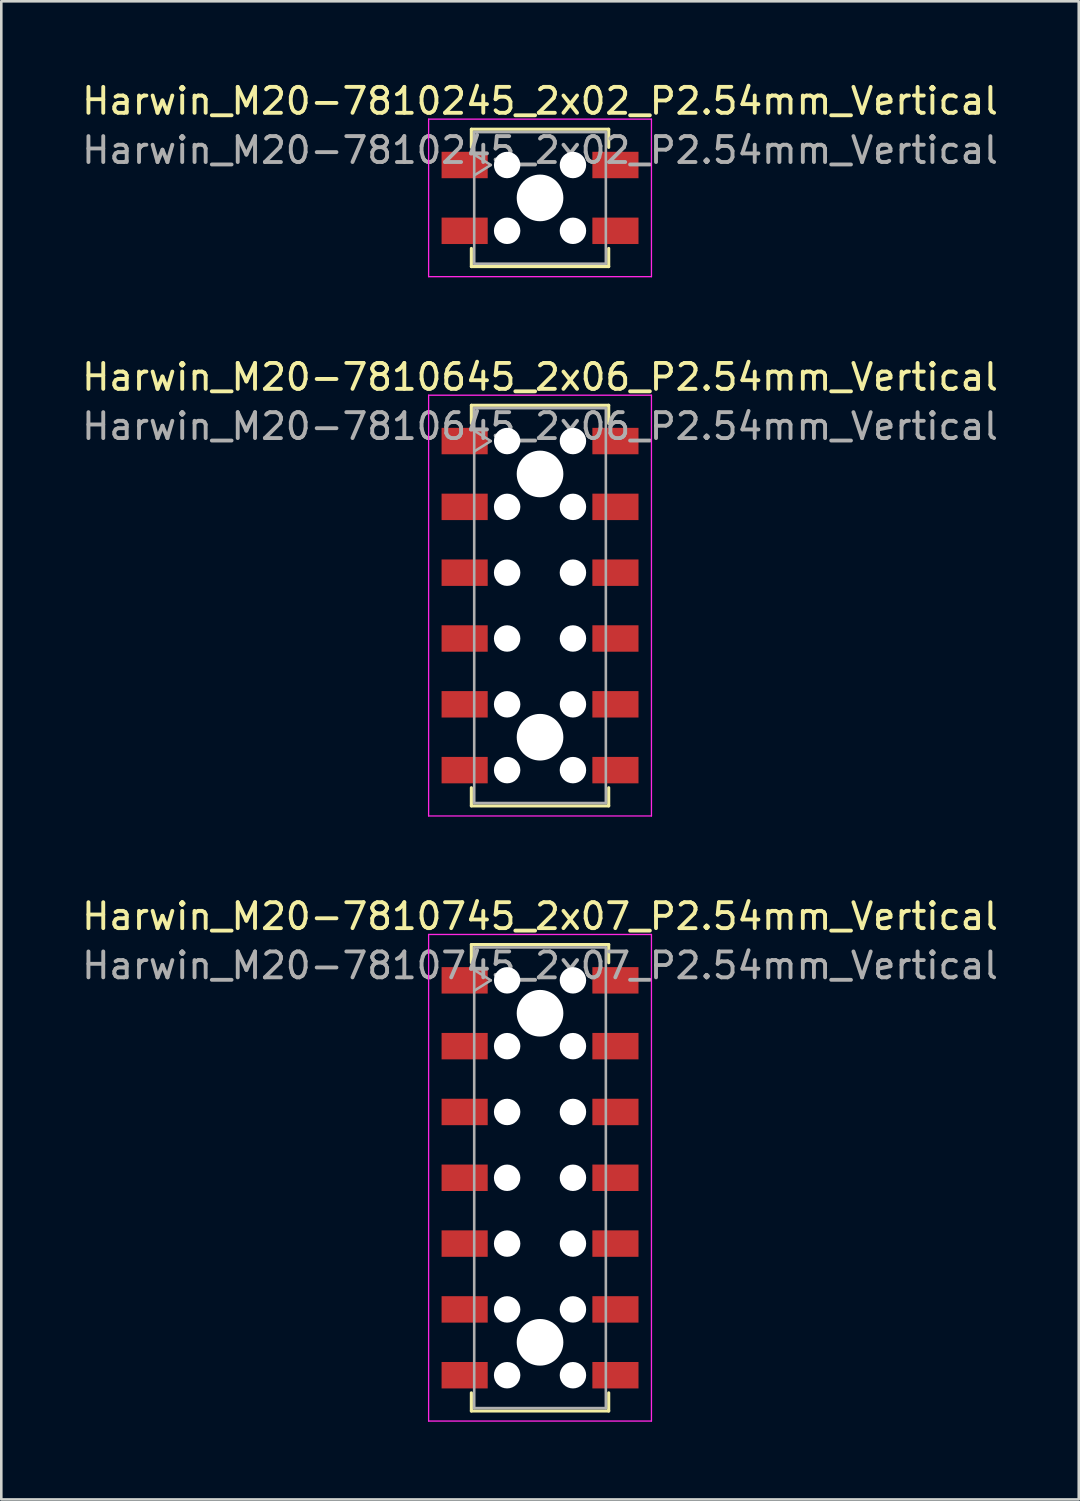
<source format=kicad_pcb>
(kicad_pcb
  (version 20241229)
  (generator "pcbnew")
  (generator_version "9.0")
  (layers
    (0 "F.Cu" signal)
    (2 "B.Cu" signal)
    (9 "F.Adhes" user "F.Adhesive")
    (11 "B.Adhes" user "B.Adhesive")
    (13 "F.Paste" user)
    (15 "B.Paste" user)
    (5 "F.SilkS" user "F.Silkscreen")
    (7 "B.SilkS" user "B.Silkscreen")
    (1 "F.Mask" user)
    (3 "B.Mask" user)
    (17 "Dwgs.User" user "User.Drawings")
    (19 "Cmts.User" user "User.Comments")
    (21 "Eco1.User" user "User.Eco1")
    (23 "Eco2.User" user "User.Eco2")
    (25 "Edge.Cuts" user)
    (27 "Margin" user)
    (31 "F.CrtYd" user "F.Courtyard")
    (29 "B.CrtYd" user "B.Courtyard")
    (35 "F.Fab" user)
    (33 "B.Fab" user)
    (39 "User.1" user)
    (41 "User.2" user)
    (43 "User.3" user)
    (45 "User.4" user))
  (footprint "Harwin_M20-7810645_2x06_P2.54mm_Vertical"
    (layer "F.Cu")
    (at 17.792 20.322)
    (property "Reference" "Harwin_M20-7810645_2x06_P2.54mm_Vertical" (at 0 -8.82 0) (layer "F.SilkS") (effects (font (size 1 1) (thickness 0.15))))
    (attr smd)
    (fp_line (start -2.65 -7.73) (end 2.65 -7.73) (stroke (width 0.12) (type solid)) (layer "F.SilkS"))
    (fp_line (start -2.65 -7.03) (end -2.65 -7.73) (stroke (width 0.12) (type solid)) (layer "F.SilkS"))
    (fp_line (start -2.65 7.03) (end -2.65 7.73) (stroke (width 0.12) (type solid)) (layer "F.SilkS"))
    (fp_line (start -2.65 7.73) (end 2.65 7.73) (stroke (width 0.12) (type solid)) (layer "F.SilkS"))
    (fp_line (start 2.65 -7.73) (end 2.65 -7.03) (stroke (width 0.12) (type solid)) (layer "F.SilkS"))
    (fp_line (start 2.65 7.73) (end 2.65 7.03) (stroke (width 0.12) (type solid)) (layer "F.SilkS"))
    (fp_line (start -4.3 -8.12) (end 4.3 -8.12) (stroke (width 0.05) (type solid)) (layer "F.CrtYd"))
    (fp_line (start -4.3 8.12) (end -4.3 -8.12) (stroke (width 0.05) (type solid)) (layer "F.CrtYd"))
    (fp_line (start 4.3 -8.12) (end 4.3 8.12) (stroke (width 0.05) (type solid)) (layer "F.CrtYd"))
    (fp_line (start 4.3 8.12) (end -4.3 8.12) (stroke (width 0.05) (type solid)) (layer "F.CrtYd"))
    (fp_line (start -2.54 -7.62) (end 2.54 -7.62) (stroke (width 0.1) (type solid)) (layer "F.Fab"))
    (fp_line (start -2.54 -6.75) (end -1.9 -6.35) (stroke (width 0.1) (type solid)) (layer "F.Fab"))
    (fp_line (start -2.54 7.62) (end -2.54 -7.62) (stroke (width 0.1) (type solid)) (layer "F.Fab"))
    (fp_line (start -1.9 -6.35) (end -2.54 -5.95) (stroke (width 0.1) (type solid)) (layer "F.Fab"))
    (fp_line (start 2.54 -7.62) (end 2.54 7.62) (stroke (width 0.1) (type solid)) (layer "F.Fab"))
    (fp_line (start 2.54 7.62) (end -2.54 7.62) (stroke (width 0.1) (type solid)) (layer "F.Fab"))
    (fp_text user "${REFERENCE}" (at 0 -6.92 0) (layer "F.Fab") (effects (font (size 1 1) (thickness 0.15))))
    (pad "" np_thru_hole circle (at -1.27 -6.35) (size 1.02 1.02) (drill 1.02) (layers "*.Cu" "*.Mask"))
    (pad "" np_thru_hole circle (at -1.27 -3.81) (size 1.02 1.02) (drill 1.02) (layers "*.Cu" "*.Mask"))
    (pad "" np_thru_hole circle (at -1.27 -1.27) (size 1.02 1.02) (drill 1.02) (layers "*.Cu" "*.Mask"))
    (pad "" np_thru_hole circle (at -1.27 1.27) (size 1.02 1.02) (drill 1.02) (layers "*.Cu" "*.Mask"))
    (pad "" np_thru_hole circle (at -1.27 3.81) (size 1.02 1.02) (drill 1.02) (layers "*.Cu" "*.Mask"))
    (pad "" np_thru_hole circle (at -1.27 6.35) (size 1.02 1.02) (drill 1.02) (layers "*.Cu" "*.Mask"))
    (pad "" np_thru_hole circle (at 0 -5.08) (size 1.8 1.8) (drill 1.8) (layers "*.Cu" "*.Mask"))
    (pad "" np_thru_hole circle (at 0 5.08) (size 1.8 1.8) (drill 1.8) (layers "*.Cu" "*.Mask"))
    (pad "" np_thru_hole circle (at 1.27 -6.35) (size 1.02 1.02) (drill 1.02) (layers "*.Cu" "*.Mask"))
    (pad "" np_thru_hole circle (at 1.27 -3.81) (size 1.02 1.02) (drill 1.02) (layers "*.Cu" "*.Mask"))
    (pad "" np_thru_hole circle (at 1.27 -1.27) (size 1.02 1.02) (drill 1.02) (layers "*.Cu" "*.Mask"))
    (pad "" np_thru_hole circle (at 1.27 1.27) (size 1.02 1.02) (drill 1.02) (layers "*.Cu" "*.Mask"))
    (pad "" np_thru_hole circle (at 1.27 3.81) (size 1.02 1.02) (drill 1.02) (layers "*.Cu" "*.Mask"))
    (pad "" np_thru_hole circle (at 1.27 6.35) (size 1.02 1.02) (drill 1.02) (layers "*.Cu" "*.Mask"))
    (pad "1" smd rect (at -2.91 -6.35) (size 1.78 1.02) (layers "F.Cu" "F.Mask" "F.Paste"))
    (pad "2" smd rect (at -2.91 -3.81) (size 1.78 1.02) (layers "F.Cu" "F.Mask" "F.Paste"))
    (pad "3" smd rect (at -2.91 -1.27) (size 1.78 1.02) (layers "F.Cu" "F.Mask" "F.Paste"))
    (pad "4" smd rect (at -2.91 1.27) (size 1.78 1.02) (layers "F.Cu" "F.Mask" "F.Paste"))
    (pad "5" smd rect (at -2.91 3.81) (size 1.78 1.02) (layers "F.Cu" "F.Mask" "F.Paste"))
    (pad "6" smd rect (at -2.91 6.35) (size 1.78 1.02) (layers "F.Cu" "F.Mask" "F.Paste"))
    (pad "7" smd rect (at 2.91 -6.35) (size 1.78 1.02) (layers "F.Cu" "F.Mask" "F.Paste"))
    (pad "8" smd rect (at 2.91 -3.81) (size 1.78 1.02) (layers "F.Cu" "F.Mask" "F.Paste"))
    (pad "9" smd rect (at 2.91 -1.27) (size 1.78 1.02) (layers "F.Cu" "F.Mask" "F.Paste"))
    (pad "10" smd rect (at 2.91 1.27) (size 1.78 1.02) (layers "F.Cu" "F.Mask" "F.Paste"))
    (pad "11" smd rect (at 2.91 3.81) (size 1.78 1.02) (layers "F.Cu" "F.Mask" "F.Paste"))
    (pad "12" smd rect (at 2.91 6.35) (size 1.78 1.02) (layers "F.Cu" "F.Mask" "F.Paste")))
  (footprint "Harwin_M20-7810745_2x07_P2.54mm_Vertical"
    (layer "F.Cu")
    (at 17.792 42.405)
    (property "Reference" "Harwin_M20-7810745_2x07_P2.54mm_Vertical" (at 0 -10.09 0) (layer "F.SilkS") (effects (font (size 1 1) (thickness 0.15))))
    (attr smd)
    (fp_line (start -2.65 -9) (end 2.65 -9) (stroke (width 0.12) (type solid)) (layer "F.SilkS"))
    (fp_line (start -2.65 -8.3) (end -2.65 -9) (stroke (width 0.12) (type solid)) (layer "F.SilkS"))
    (fp_line (start -2.65 8.3) (end -2.65 9) (stroke (width 0.12) (type solid)) (layer "F.SilkS"))
    (fp_line (start -2.65 9) (end 2.65 9) (stroke (width 0.12) (type solid)) (layer "F.SilkS"))
    (fp_line (start 2.65 -9) (end 2.65 -8.3) (stroke (width 0.12) (type solid)) (layer "F.SilkS"))
    (fp_line (start 2.65 9) (end 2.65 8.3) (stroke (width 0.12) (type solid)) (layer "F.SilkS"))
    (fp_line (start -4.3 -9.39) (end 4.3 -9.39) (stroke (width 0.05) (type solid)) (layer "F.CrtYd"))
    (fp_line (start -4.3 9.39) (end -4.3 -9.39) (stroke (width 0.05) (type solid)) (layer "F.CrtYd"))
    (fp_line (start 4.3 -9.39) (end 4.3 9.39) (stroke (width 0.05) (type solid)) (layer "F.CrtYd"))
    (fp_line (start 4.3 9.39) (end -4.3 9.39) (stroke (width 0.05) (type solid)) (layer "F.CrtYd"))
    (fp_line (start -2.54 -8.89) (end 2.54 -8.89) (stroke (width 0.1) (type solid)) (layer "F.Fab"))
    (fp_line (start -2.54 -8.02) (end -1.9 -7.62) (stroke (width 0.1) (type solid)) (layer "F.Fab"))
    (fp_line (start -2.54 8.89) (end -2.54 -8.89) (stroke (width 0.1) (type solid)) (layer "F.Fab"))
    (fp_line (start -1.9 -7.62) (end -2.54 -7.22) (stroke (width 0.1) (type solid)) (layer "F.Fab"))
    (fp_line (start 2.54 -8.89) (end 2.54 8.89) (stroke (width 0.1) (type solid)) (layer "F.Fab"))
    (fp_line (start 2.54 8.89) (end -2.54 8.89) (stroke (width 0.1) (type solid)) (layer "F.Fab"))
    (fp_text user "${REFERENCE}" (at 0 -8.19 0) (layer "F.Fab") (effects (font (size 1 1) (thickness 0.15))))
    (pad "" np_thru_hole circle (at -1.27 -7.62) (size 1.02 1.02) (drill 1.02) (layers "*.Cu" "*.Mask"))
    (pad "" np_thru_hole circle (at -1.27 -5.08) (size 1.02 1.02) (drill 1.02) (layers "*.Cu" "*.Mask"))
    (pad "" np_thru_hole circle (at -1.27 -2.54) (size 1.02 1.02) (drill 1.02) (layers "*.Cu" "*.Mask"))
    (pad "" np_thru_hole circle (at -1.27 0) (size 1.02 1.02) (drill 1.02) (layers "*.Cu" "*.Mask"))
    (pad "" np_thru_hole circle (at -1.27 2.54) (size 1.02 1.02) (drill 1.02) (layers "*.Cu" "*.Mask"))
    (pad "" np_thru_hole circle (at -1.27 5.08) (size 1.02 1.02) (drill 1.02) (layers "*.Cu" "*.Mask"))
    (pad "" np_thru_hole circle (at -1.27 7.62) (size 1.02 1.02) (drill 1.02) (layers "*.Cu" "*.Mask"))
    (pad "" np_thru_hole circle (at 0 -6.35) (size 1.8 1.8) (drill 1.8) (layers "*.Cu" "*.Mask"))
    (pad "" np_thru_hole circle (at 0 6.35) (size 1.8 1.8) (drill 1.8) (layers "*.Cu" "*.Mask"))
    (pad "" np_thru_hole circle (at 1.27 -7.62) (size 1.02 1.02) (drill 1.02) (layers "*.Cu" "*.Mask"))
    (pad "" np_thru_hole circle (at 1.27 -5.08) (size 1.02 1.02) (drill 1.02) (layers "*.Cu" "*.Mask"))
    (pad "" np_thru_hole circle (at 1.27 -2.54) (size 1.02 1.02) (drill 1.02) (layers "*.Cu" "*.Mask"))
    (pad "" np_thru_hole circle (at 1.27 0) (size 1.02 1.02) (drill 1.02) (layers "*.Cu" "*.Mask"))
    (pad "" np_thru_hole circle (at 1.27 2.54) (size 1.02 1.02) (drill 1.02) (layers "*.Cu" "*.Mask"))
    (pad "" np_thru_hole circle (at 1.27 5.08) (size 1.02 1.02) (drill 1.02) (layers "*.Cu" "*.Mask"))
    (pad "" np_thru_hole circle (at 1.27 7.62) (size 1.02 1.02) (drill 1.02) (layers "*.Cu" "*.Mask"))
    (pad "1" smd rect (at -2.91 -7.62) (size 1.78 1.02) (layers "F.Cu" "F.Mask" "F.Paste"))
    (pad "2" smd rect (at -2.91 -5.08) (size 1.78 1.02) (layers "F.Cu" "F.Mask" "F.Paste"))
    (pad "3" smd rect (at -2.91 -2.54) (size 1.78 1.02) (layers "F.Cu" "F.Mask" "F.Paste"))
    (pad "4" smd rect (at -2.91 0) (size 1.78 1.02) (layers "F.Cu" "F.Mask" "F.Paste"))
    (pad "5" smd rect (at -2.91 2.54) (size 1.78 1.02) (layers "F.Cu" "F.Mask" "F.Paste"))
    (pad "6" smd rect (at -2.91 5.08) (size 1.78 1.02) (layers "F.Cu" "F.Mask" "F.Paste"))
    (pad "7" smd rect (at -2.91 7.62) (size 1.78 1.02) (layers "F.Cu" "F.Mask" "F.Paste"))
    (pad "8" smd rect (at 2.91 -7.62) (size 1.78 1.02) (layers "F.Cu" "F.Mask" "F.Paste"))
    (pad "9" smd rect (at 2.91 -5.08) (size 1.78 1.02) (layers "F.Cu" "F.Mask" "F.Paste"))
    (pad "10" smd rect (at 2.91 -2.54) (size 1.78 1.02) (layers "F.Cu" "F.Mask" "F.Paste"))
    (pad "11" smd rect (at 2.91 0) (size 1.78 1.02) (layers "F.Cu" "F.Mask" "F.Paste"))
    (pad "12" smd rect (at 2.91 2.54) (size 1.78 1.02) (layers "F.Cu" "F.Mask" "F.Paste"))
    (pad "13" smd rect (at 2.91 5.08) (size 1.78 1.02) (layers "F.Cu" "F.Mask" "F.Paste"))
    (pad "14" smd rect (at 2.91 7.62) (size 1.78 1.02) (layers "F.Cu" "F.Mask" "F.Paste")))
  (footprint "Harwin_M20-7810245_2x02_P2.54mm_Vertical"
    (layer "F.Cu")
    (at 17.792 4.588)
    (property "Reference" "Harwin_M20-7810245_2x02_P2.54mm_Vertical" (at 0 -3.74 0) (layer "F.SilkS") (effects (font (size 1 1) (thickness 0.15))))
    (attr smd)
    (fp_line (start -2.65 -2.65) (end 2.65 -2.65) (stroke (width 0.12) (type solid)) (layer "F.SilkS"))
    (fp_line (start -2.65 -1.95) (end -2.65 -2.65) (stroke (width 0.12) (type solid)) (layer "F.SilkS"))
    (fp_line (start -2.65 1.95) (end -2.65 2.65) (stroke (width 0.12) (type solid)) (layer "F.SilkS"))
    (fp_line (start -2.65 2.65) (end 2.65 2.65) (stroke (width 0.12) (type solid)) (layer "F.SilkS"))
    (fp_line (start 2.65 -2.65) (end 2.65 -1.95) (stroke (width 0.12) (type solid)) (layer "F.SilkS"))
    (fp_line (start 2.65 2.65) (end 2.65 1.95) (stroke (width 0.12) (type solid)) (layer "F.SilkS"))
    (fp_line (start -4.3 -3.04) (end 4.3 -3.04) (stroke (width 0.05) (type solid)) (layer "F.CrtYd"))
    (fp_line (start -4.3 3.04) (end -4.3 -3.04) (stroke (width 0.05) (type solid)) (layer "F.CrtYd"))
    (fp_line (start 4.3 -3.04) (end 4.3 3.04) (stroke (width 0.05) (type solid)) (layer "F.CrtYd"))
    (fp_line (start 4.3 3.04) (end -4.3 3.04) (stroke (width 0.05) (type solid)) (layer "F.CrtYd"))
    (fp_line (start -2.54 -2.54) (end 2.54 -2.54) (stroke (width 0.1) (type solid)) (layer "F.Fab"))
    (fp_line (start -2.54 -1.67) (end -1.9 -1.27) (stroke (width 0.1) (type solid)) (layer "F.Fab"))
    (fp_line (start -2.54 2.54) (end -2.54 -2.54) (stroke (width 0.1) (type solid)) (layer "F.Fab"))
    (fp_line (start -1.9 -1.27) (end -2.54 -0.87) (stroke (width 0.1) (type solid)) (layer "F.Fab"))
    (fp_line (start 2.54 -2.54) (end 2.54 2.54) (stroke (width 0.1) (type solid)) (layer "F.Fab"))
    (fp_line (start 2.54 2.54) (end -2.54 2.54) (stroke (width 0.1) (type solid)) (layer "F.Fab"))
    (fp_text user "${REFERENCE}" (at 0 -1.84 0) (layer "F.Fab") (effects (font (size 1 1) (thickness 0.15))))
    (pad "" np_thru_hole circle (at -1.27 -1.27) (size 1.02 1.02) (drill 1.02) (layers "*.Cu" "*.Mask"))
    (pad "" np_thru_hole circle (at -1.27 1.27) (size 1.02 1.02) (drill 1.02) (layers "*.Cu" "*.Mask"))
    (pad "" np_thru_hole circle (at 0 0) (size 1.8 1.8) (drill 1.8) (layers "*.Cu" "*.Mask"))
    (pad "" np_thru_hole circle (at 1.27 -1.27) (size 1.02 1.02) (drill 1.02) (layers "*.Cu" "*.Mask"))
    (pad "" np_thru_hole circle (at 1.27 1.27) (size 1.02 1.02) (drill 1.02) (layers "*.Cu" "*.Mask"))
    (pad "1" smd rect (at -2.91 -1.27) (size 1.78 1.02) (layers "F.Cu" "F.Mask" "F.Paste"))
    (pad "2" smd rect (at -2.91 1.27) (size 1.78 1.02) (layers "F.Cu" "F.Mask" "F.Paste"))
    (pad "3" smd rect (at 2.91 -1.27) (size 1.78 1.02) (layers "F.Cu" "F.Mask" "F.Paste"))
    (pad "4" smd rect (at 2.91 1.27) (size 1.78 1.02) (layers "F.Cu" "F.Mask" "F.Paste")))
  (gr_rect
    (start -3 -3)
    (end 38.583 54.82)
    (stroke (width 0.1) (type default))
    (fill no)
    (layer "Edge.Cuts")))
</source>
